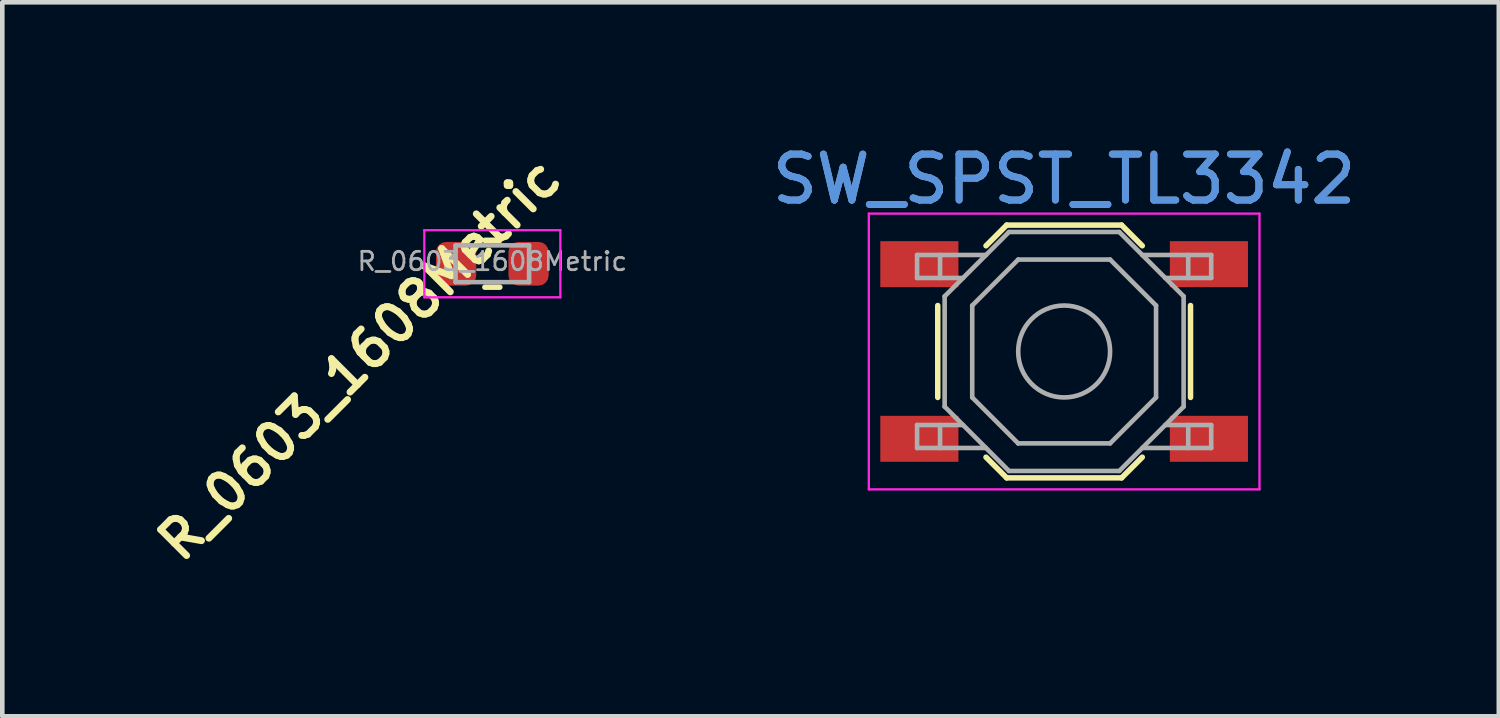
<source format=kicad_pcb>
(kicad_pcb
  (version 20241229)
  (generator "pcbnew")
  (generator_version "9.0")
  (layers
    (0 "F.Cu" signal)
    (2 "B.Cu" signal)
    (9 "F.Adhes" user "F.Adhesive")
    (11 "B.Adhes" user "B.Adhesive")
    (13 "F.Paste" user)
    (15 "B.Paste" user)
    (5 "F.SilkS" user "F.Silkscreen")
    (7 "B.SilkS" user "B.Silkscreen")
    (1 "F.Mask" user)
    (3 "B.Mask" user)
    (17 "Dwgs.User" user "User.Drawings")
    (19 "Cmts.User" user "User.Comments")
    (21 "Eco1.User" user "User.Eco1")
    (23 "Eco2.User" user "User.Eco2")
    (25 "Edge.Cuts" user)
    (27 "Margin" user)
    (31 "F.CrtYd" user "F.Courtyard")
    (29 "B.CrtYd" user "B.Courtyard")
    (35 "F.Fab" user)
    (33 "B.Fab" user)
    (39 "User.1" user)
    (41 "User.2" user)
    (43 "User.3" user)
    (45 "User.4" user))
  (footprint "R_0603_1608Metric"
    (layer "F.Cu")
    (at 7.663 2.689)
    (property "Reference" "R_0603_1608Metric" (at -2.895 2.079 225) (layer "F.SilkS") (effects (font (size 0.8 0.8) (thickness 0.15))))
    (attr smd)
    (fp_line (start -0.163 -0.51) (end 0.163 -0.51) (stroke (width 0.12) (type solid)) (layer "F.SilkS"))
    (fp_line (start -0.163 0.51) (end 0.163 0.51) (stroke (width 0.12) (type solid)) (layer "F.SilkS"))
    (fp_line (start -1.48 -0.73) (end 1.48 -0.73) (stroke (width 0.05) (type solid)) (layer "F.CrtYd"))
    (fp_line (start -1.48 0.73) (end -1.48 -0.73) (stroke (width 0.05) (type solid)) (layer "F.CrtYd"))
    (fp_line (start 1.48 -0.73) (end 1.48 0.73) (stroke (width 0.05) (type solid)) (layer "F.CrtYd"))
    (fp_line (start 1.48 0.73) (end -1.48 0.73) (stroke (width 0.05) (type solid)) (layer "F.CrtYd"))
    (fp_line (start -0.8 -0.4) (end 0.8 -0.4) (stroke (width 0.1) (type solid)) (layer "F.Fab"))
    (fp_line (start -0.8 0.4) (end -0.8 -0.4) (stroke (width 0.1) (type solid)) (layer "F.Fab"))
    (fp_line (start 0.8 -0.4) (end 0.8 0.4) (stroke (width 0.1) (type solid)) (layer "F.Fab"))
    (fp_line (start 0.8 0.4) (end -0.8 0.4) (stroke (width 0.1) (type solid)) (layer "F.Fab"))
    (fp_text user "${REFERENCE}" (at 0 -0.052 0) (layer "F.Fab") (effects (font (size 0.4 0.4) (thickness 0.06))))
    (pad "1" smd roundrect (at -0.788 0) (size 0.875 0.95) (layers "F.Cu" "F.Mask" "F.Paste") (roundrect_rratio 0.25))
    (pad "2" smd roundrect (at 0.788 0) (size 0.875 0.95) (layers "F.Cu" "F.Mask" "F.Paste") (roundrect_rratio 0.25)))
  (footprint "SW_SPST_TL3342"
    (layer "F.Cu")
    (at 20.105 4.598)
    (property "Reference" "SW_SPST_TL3342" (at 0 -3.75 0) (layer "Cmts.User") (effects (font (size 1 1) (thickness 0.15))))
    (attr smd)
    (fp_line (start -2.75 -1) (end -2.75 1) (stroke (width 0.12) (type solid)) (layer "F.SilkS"))
    (fp_line (start -1.7 -2.3) (end -1.25 -2.75) (stroke (width 0.12) (type solid)) (layer "F.SilkS"))
    (fp_line (start -1.7 2.3) (end -1.25 2.75) (stroke (width 0.12) (type solid)) (layer "F.SilkS"))
    (fp_line (start -1.25 -2.75) (end 1.25 -2.75) (stroke (width 0.12) (type solid)) (layer "F.SilkS"))
    (fp_line (start -1.25 2.75) (end 1.25 2.75) (stroke (width 0.12) (type solid)) (layer "F.SilkS"))
    (fp_line (start 1.7 -2.3) (end 1.25 -2.75) (stroke (width 0.12) (type solid)) (layer "F.SilkS"))
    (fp_line (start 1.7 2.3) (end 1.25 2.75) (stroke (width 0.12) (type solid)) (layer "F.SilkS"))
    (fp_line (start 2.75 -1) (end 2.75 1) (stroke (width 0.12) (type solid)) (layer "F.SilkS"))
    (fp_line (start -4.25 -3) (end 4.25 -3) (stroke (width 0.05) (type solid)) (layer "F.CrtYd"))
    (fp_line (start -4.25 3) (end -4.25 -3) (stroke (width 0.05) (type solid)) (layer "F.CrtYd"))
    (fp_line (start 4.25 -3) (end 4.25 3) (stroke (width 0.05) (type solid)) (layer "F.CrtYd"))
    (fp_line (start 4.25 3) (end -4.25 3) (stroke (width 0.05) (type solid)) (layer "F.CrtYd"))
    (fp_line (start -3.2 -2.1) (end -3.2 -1.6) (stroke (width 0.1) (type solid)) (layer "F.Fab"))
    (fp_line (start -3.2 -1.6) (end -2.2 -1.6) (stroke (width 0.1) (type solid)) (layer "F.Fab"))
    (fp_line (start -3.2 1.6) (end -2.2 1.6) (stroke (width 0.1) (type solid)) (layer "F.Fab"))
    (fp_line (start -3.2 2.1) (end -3.2 1.6) (stroke (width 0.1) (type solid)) (layer "F.Fab"))
    (fp_line (start -2.7 -2.1) (end -2.7 -1.6) (stroke (width 0.1) (type solid)) (layer "F.Fab"))
    (fp_line (start -2.7 2.1) (end -2.7 1.6) (stroke (width 0.1) (type solid)) (layer "F.Fab"))
    (fp_line (start -2.6 -1.2) (end -2.6 1.2) (stroke (width 0.1) (type solid)) (layer "F.Fab"))
    (fp_line (start -2.6 1.2) (end -1.2 2.6) (stroke (width 0.1) (type solid)) (layer "F.Fab"))
    (fp_line (start -2 -1) (end -1 -2) (stroke (width 0.1) (type solid)) (layer "F.Fab"))
    (fp_line (start -2 1) (end -2 -1) (stroke (width 0.1) (type solid)) (layer "F.Fab"))
    (fp_line (start -1.7 -2.1) (end -3.2 -2.1) (stroke (width 0.1) (type solid)) (layer "F.Fab"))
    (fp_line (start -1.7 2.1) (end -3.2 2.1) (stroke (width 0.1) (type solid)) (layer "F.Fab"))
    (fp_line (start -1.2 -2.6) (end -2.6 -1.2) (stroke (width 0.1) (type solid)) (layer "F.Fab"))
    (fp_line (start -1.2 2.6) (end 1.2 2.6) (stroke (width 0.1) (type solid)) (layer "F.Fab"))
    (fp_line (start -1 -2) (end 1 -2) (stroke (width 0.1) (type solid)) (layer "F.Fab"))
    (fp_line (start -1 2) (end -2 1) (stroke (width 0.1) (type solid)) (layer "F.Fab"))
    (fp_line (start 1 -2) (end 2 -1) (stroke (width 0.1) (type solid)) (layer "F.Fab"))
    (fp_line (start 1 2) (end -1 2) (stroke (width 0.1) (type solid)) (layer "F.Fab"))
    (fp_line (start 1.2 -2.6) (end -1.2 -2.6) (stroke (width 0.1) (type solid)) (layer "F.Fab"))
    (fp_line (start 1.2 2.6) (end 2.6 1.2) (stroke (width 0.1) (type solid)) (layer "F.Fab"))
    (fp_line (start 1.7 -2.1) (end 3.2 -2.1) (stroke (width 0.1) (type solid)) (layer "F.Fab"))
    (fp_line (start 1.7 2.1) (end 3.2 2.1) (stroke (width 0.1) (type solid)) (layer "F.Fab"))
    (fp_line (start 2 -1) (end 2 1) (stroke (width 0.1) (type solid)) (layer "F.Fab"))
    (fp_line (start 2 1) (end 1 2) (stroke (width 0.1) (type solid)) (layer "F.Fab"))
    (fp_line (start 2.6 -1.2) (end 1.2 -2.6) (stroke (width 0.1) (type solid)) (layer "F.Fab"))
    (fp_line (start 2.6 1.2) (end 2.6 -1.2) (stroke (width 0.1) (type solid)) (layer "F.Fab"))
    (fp_line (start 2.7 -2.1) (end 2.7 -1.6) (stroke (width 0.1) (type solid)) (layer "F.Fab"))
    (fp_line (start 2.7 2.1) (end 2.7 1.6) (stroke (width 0.1) (type solid)) (layer "F.Fab"))
    (fp_line (start 3.2 -2.1) (end 3.2 -1.6) (stroke (width 0.1) (type solid)) (layer "F.Fab"))
    (fp_line (start 3.2 -1.6) (end 2.2 -1.6) (stroke (width 0.1) (type solid)) (layer "F.Fab"))
    (fp_line (start 3.2 1.6) (end 2.2 1.6) (stroke (width 0.1) (type solid)) (layer "F.Fab"))
    (fp_line (start 3.2 2.1) (end 3.2 1.6) (stroke (width 0.1) (type solid)) (layer "F.Fab"))
    (fp_circle (center 0 0) (end 1 0) (stroke (width 0.1) (type solid)) (fill no) (layer "F.Fab"))
    (fp_text user "${REFERENCE}" (at 0 -3.75 0) (layer "F.Fab") (effects (font (size 1 1) (thickness 0.15))))
    (pad "1" smd rect (at -3.15 -1.9) (size 1.7 1) (layers "F.Cu" "F.Mask" "F.Paste"))
    (pad "1" smd rect (at 3.15 -1.9) (size 1.7 1) (layers "F.Cu" "F.Mask" "F.Paste"))
    (pad "2" smd rect (at -3.15 1.9) (size 1.7 1) (layers "F.Cu" "F.Mask" "F.Paste"))
    (pad "2" smd rect (at 3.15 1.9) (size 1.7 1) (layers "F.Cu" "F.Mask" "F.Paste")))
  (gr_rect
    (start -3 -3)
    (end 29.563 12.536)
    (stroke (width 0.1) (type default))
    (fill no)
    (layer "Edge.Cuts")))
</source>
